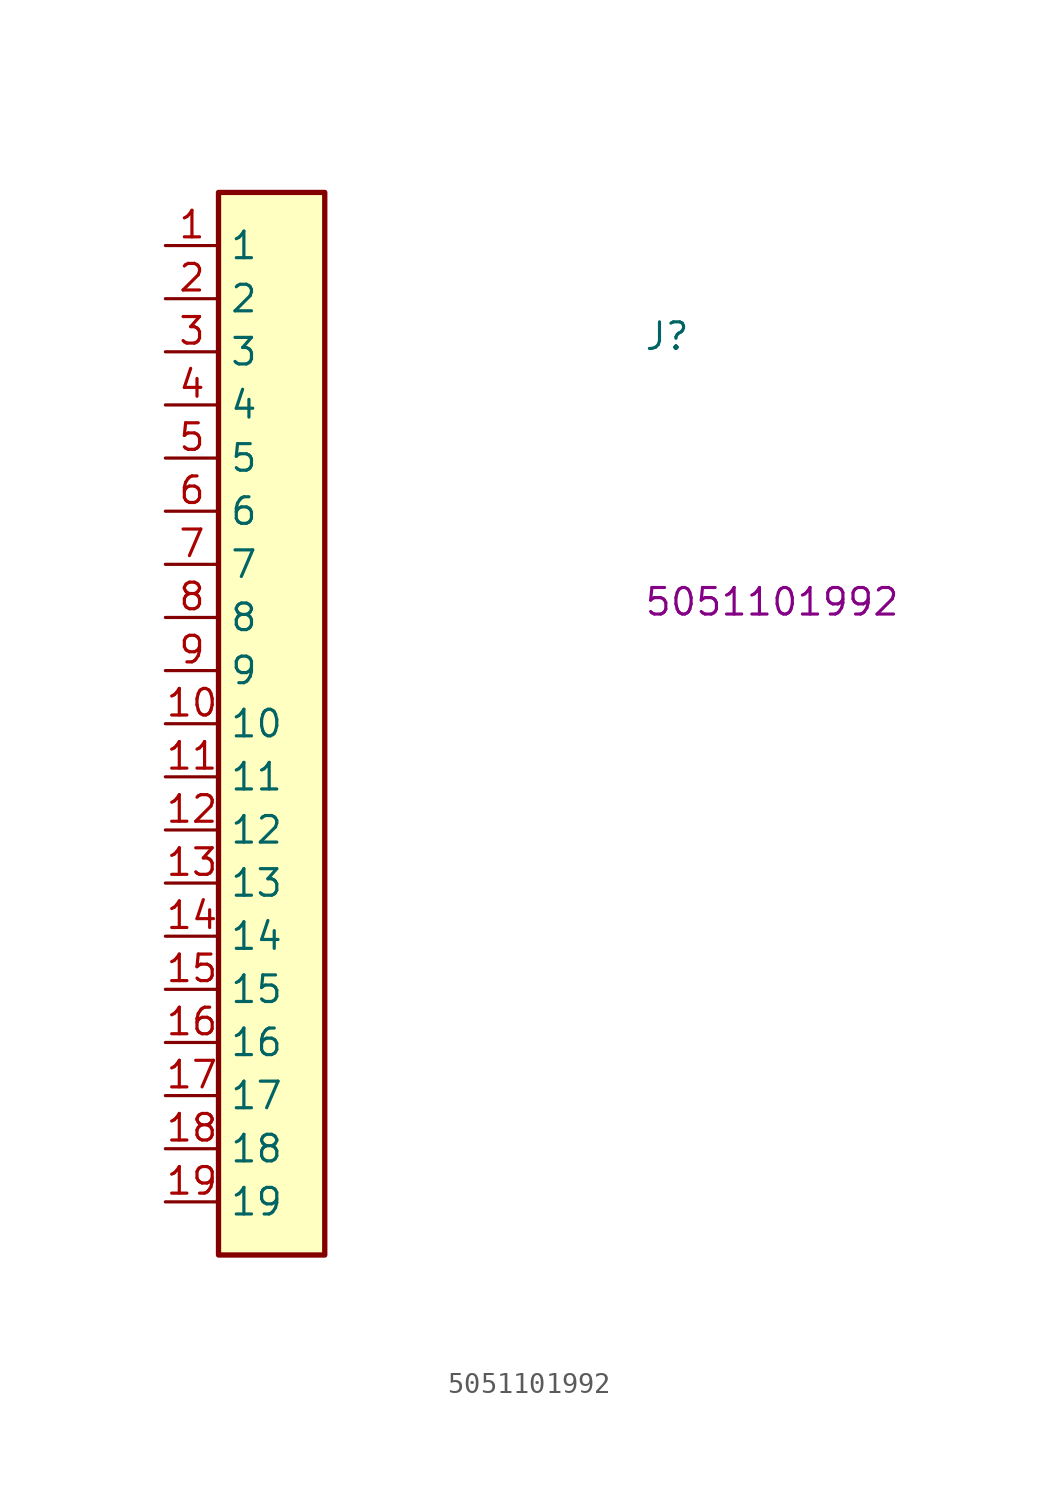
<source format=kicad_sym>
(kicad_symbol_lib
  (version 20220914)
  (generator kicad_symbol_editor)
  (symbol "5051101992"
    (property "Reference" "J"
      (at 22.86 -5.08 0)
      (effects (font (size 1.27 1.27) (thickness 0.15)) (justify left bottom)))
    (property "MPN" "5051101992"
      (at 22.86 -17.78 0)
      (effects (font (size 1.27 1.27) (thickness 0.15)) (justify left bottom)))
    (symbol "5051101992_1_1"
      (rectangle (start 2.54 2.54) (end 7.62 -48.26) (stroke (width 0.254) (type default)) (fill (type background)))
      (pin passive line (at 0 0 0) (length 2.54) (name "1" (effects (font (size 1.27 1.27)))) (number "1" (effects (font (size 1.27 1.27)))))
      (pin passive line (at 0 -22.86 0) (length 2.54) (name "10" (effects (font (size 1.27 1.27)))) (number "10" (effects (font (size 1.27 1.27)))))
      (pin passive line (at 0 -25.4 0) (length 2.54) (name "11" (effects (font (size 1.27 1.27)))) (number "11" (effects (font (size 1.27 1.27)))))
      (pin passive line (at 0 -27.94 0) (length 2.54) (name "12" (effects (font (size 1.27 1.27)))) (number "12" (effects (font (size 1.27 1.27)))))
      (pin passive line (at 0 -30.48 0) (length 2.54) (name "13" (effects (font (size 1.27 1.27)))) (number "13" (effects (font (size 1.27 1.27)))))
      (pin passive line (at 0 -33.02 0) (length 2.54) (name "14" (effects (font (size 1.27 1.27)))) (number "14" (effects (font (size 1.27 1.27)))))
      (pin passive line (at 0 -35.56 0) (length 2.54) (name "15" (effects (font (size 1.27 1.27)))) (number "15" (effects (font (size 1.27 1.27)))))
      (pin passive line (at 0 -38.1 0) (length 2.54) (name "16" (effects (font (size 1.27 1.27)))) (number "16" (effects (font (size 1.27 1.27)))))
      (pin passive line (at 0 -40.64 0) (length 2.54) (name "17" (effects (font (size 1.27 1.27)))) (number "17" (effects (font (size 1.27 1.27)))))
      (pin passive line (at 0 -43.18 0) (length 2.54) (name "18" (effects (font (size 1.27 1.27)))) (number "18" (effects (font (size 1.27 1.27)))))
      (pin passive line (at 0 -45.72 0) (length 2.54) (name "19" (effects (font (size 1.27 1.27)))) (number "19" (effects (font (size 1.27 1.27)))))
      (pin passive line (at 0 -2.54 0) (length 2.54) (name "2" (effects (font (size 1.27 1.27)))) (number "2" (effects (font (size 1.27 1.27)))))
      (pin passive line (at 0 -5.08 0) (length 2.54) (name "3" (effects (font (size 1.27 1.27)))) (number "3" (effects (font (size 1.27 1.27)))))
      (pin passive line (at 0 -7.62 0) (length 2.54) (name "4" (effects (font (size 1.27 1.27)))) (number "4" (effects (font (size 1.27 1.27)))))
      (pin passive line (at 0 -10.16 0) (length 2.54) (name "5" (effects (font (size 1.27 1.27)))) (number "5" (effects (font (size 1.27 1.27)))))
      (pin passive line (at 0 -12.7 0) (length 2.54) (name "6" (effects (font (size 1.27 1.27)))) (number "6" (effects (font (size 1.27 1.27)))))
      (pin passive line (at 0 -15.24 0) (length 2.54) (name "7" (effects (font (size 1.27 1.27)))) (number "7" (effects (font (size 1.27 1.27)))))
      (pin passive line (at 0 -17.78 0) (length 2.54) (name "8" (effects (font (size 1.27 1.27)))) (number "8" (effects (font (size 1.27 1.27)))))
      (pin passive line (at 0 -20.32 0) (length 2.54) (name "9" (effects (font (size 1.27 1.27)))) (number "9" (effects (font (size 1.27 1.27))))))))
</source>
